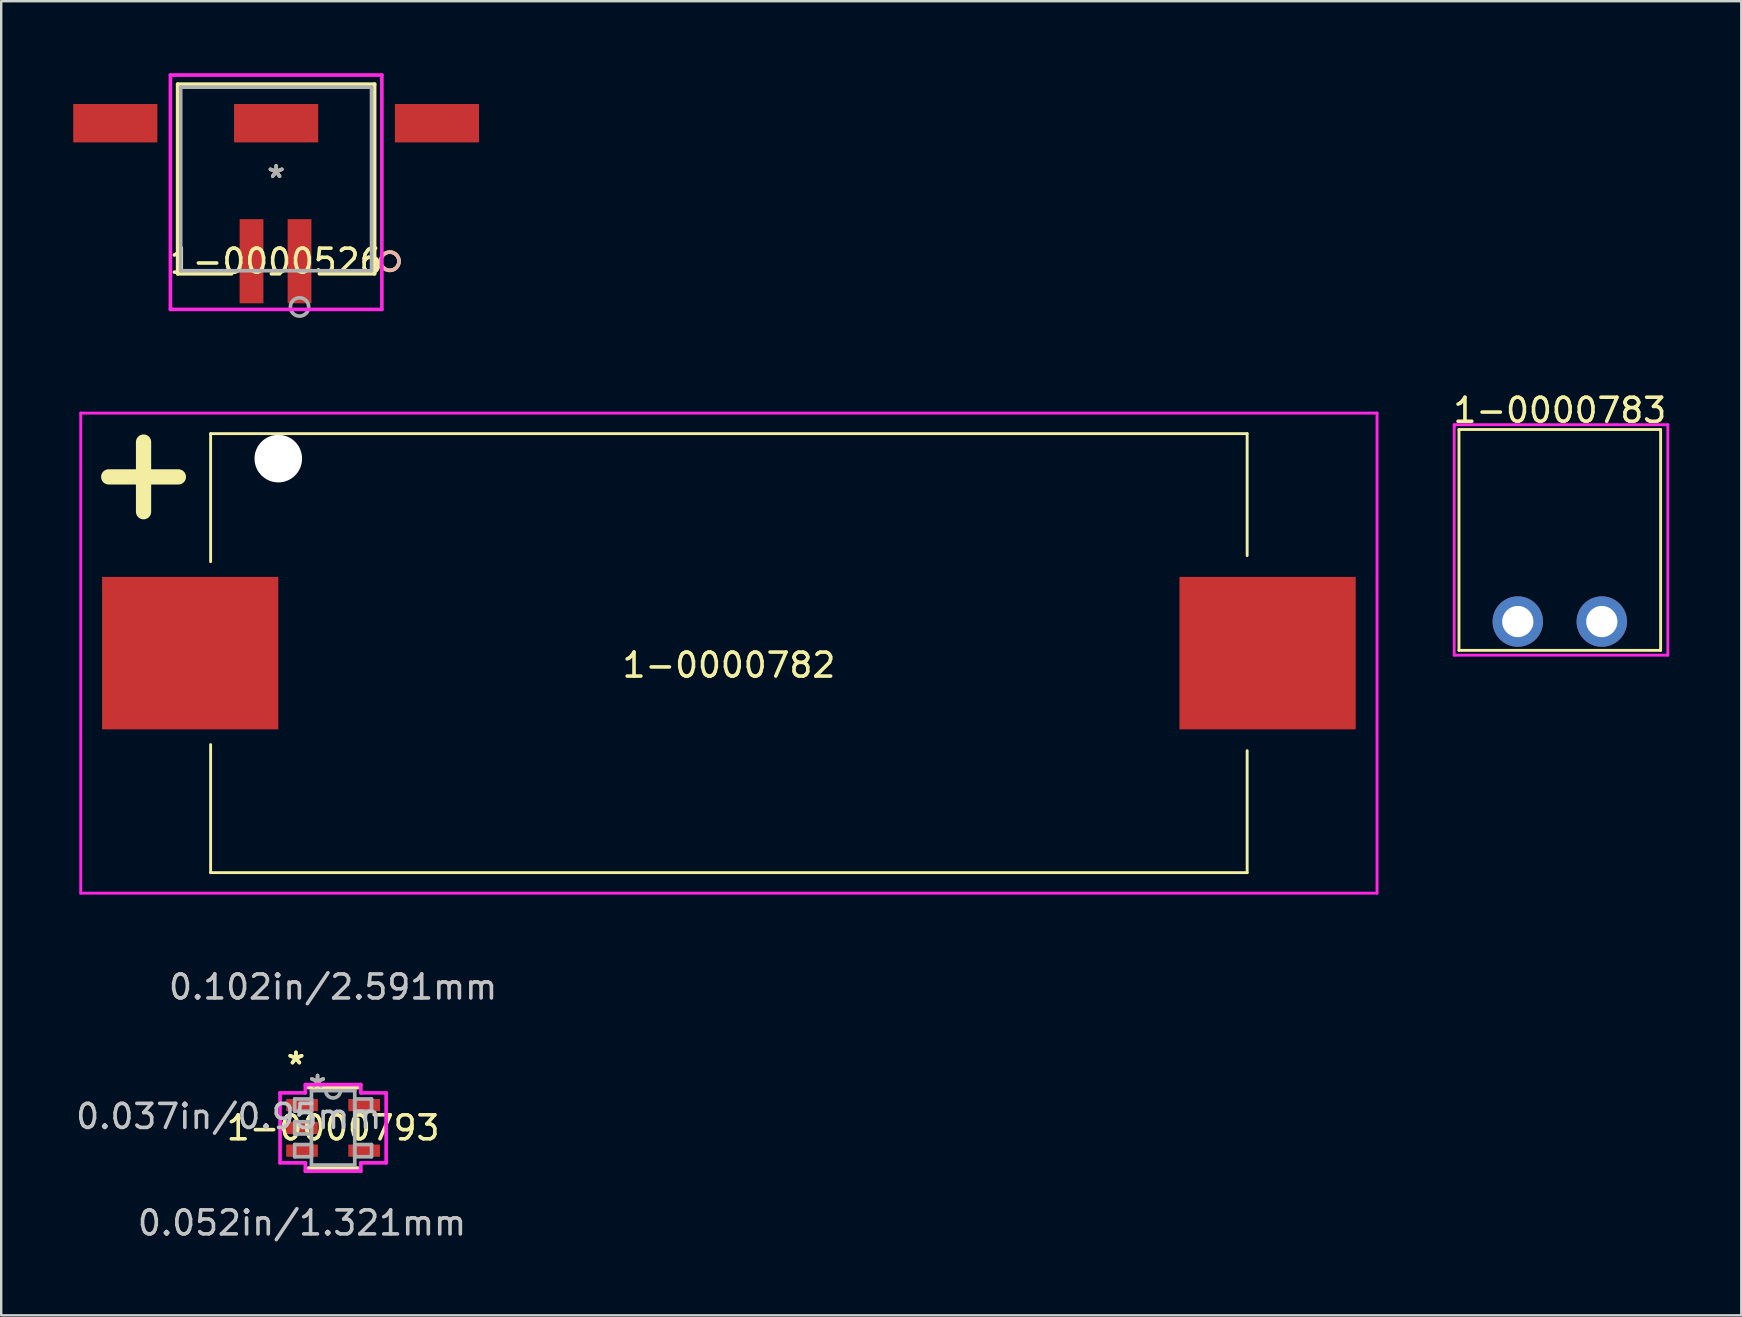
<source format=kicad_pcb>
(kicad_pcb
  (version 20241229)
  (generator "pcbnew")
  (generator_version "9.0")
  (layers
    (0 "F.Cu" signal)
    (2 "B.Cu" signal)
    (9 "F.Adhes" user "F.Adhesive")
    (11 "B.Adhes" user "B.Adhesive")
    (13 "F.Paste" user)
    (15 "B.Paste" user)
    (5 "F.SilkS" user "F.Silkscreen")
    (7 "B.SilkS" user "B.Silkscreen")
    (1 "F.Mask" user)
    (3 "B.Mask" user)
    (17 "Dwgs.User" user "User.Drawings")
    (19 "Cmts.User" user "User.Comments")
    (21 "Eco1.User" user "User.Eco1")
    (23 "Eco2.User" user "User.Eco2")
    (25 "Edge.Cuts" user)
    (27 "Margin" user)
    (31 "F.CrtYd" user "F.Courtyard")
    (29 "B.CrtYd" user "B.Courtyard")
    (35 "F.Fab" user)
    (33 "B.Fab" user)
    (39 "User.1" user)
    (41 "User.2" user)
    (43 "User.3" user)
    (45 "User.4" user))
  (footprint "1-0000526"
    (layer "F.Cu")
    (at 8.453 4.405)
    (property "Reference" "1-0000526" (at 0 3.427 0) (layer "F.SilkS") (effects (font (size 1 1) (thickness 0.15))))
    (attr through_hole)
    (fp_line (start -4.102 -3.95) (end -4.102 3.95) (stroke (width 0.152) (type solid)) (layer "F.SilkS"))
    (fp_line (start -4.102 3.95) (end -1.853 3.95) (stroke (width 0.152) (type solid)) (layer "F.SilkS"))
    (fp_line (start -0.197 3.95) (end 0.147 3.95) (stroke (width 0.152) (type solid)) (layer "F.SilkS"))
    (fp_line (start 1.803 3.95) (end 4.102 3.95) (stroke (width 0.152) (type solid)) (layer "F.SilkS"))
    (fp_line (start 4.102 -3.95) (end -4.102 -3.95) (stroke (width 0.152) (type solid)) (layer "F.SilkS"))
    (fp_line (start 4.102 3.95) (end 4.102 -3.95) (stroke (width 0.152) (type solid)) (layer "F.SilkS"))
    (fp_circle (center 4.737 3.427) (end 5.118 3.427) (stroke (width 0.152) (type solid)) (fill no) (layer "F.SilkS"))
    (fp_circle (center 4.737 3.427) (end 5.118 3.427) (stroke (width 0.152) (type solid)) (fill no) (layer "B.SilkS"))
    (fp_line (start -4.404 -4.329) (end -4.404 5.434) (stroke (width 0.152) (type solid)) (layer "F.CrtYd"))
    (fp_line (start -4.404 5.434) (end 4.404 5.434) (stroke (width 0.152) (type solid)) (layer "F.CrtYd"))
    (fp_line (start 4.404 -4.329) (end -4.404 -4.329) (stroke (width 0.152) (type solid)) (layer "F.CrtYd"))
    (fp_line (start 4.404 5.434) (end 4.404 -4.329) (stroke (width 0.152) (type solid)) (layer "F.CrtYd"))
    (fp_line (start -3.975 -3.823) (end -3.975 3.823) (stroke (width 0.152) (type solid)) (layer "F.Fab"))
    (fp_line (start -3.975 3.823) (end 3.975 3.823) (stroke (width 0.152) (type solid)) (layer "F.Fab"))
    (fp_line (start 3.975 -3.823) (end -3.975 -3.823) (stroke (width 0.152) (type solid)) (layer "F.Fab"))
    (fp_line (start 3.975 3.823) (end 3.975 -3.823) (stroke (width 0.152) (type solid)) (layer "F.Fab"))
    (fp_circle (center 0.975 5.332) (end 1.356 5.332) (stroke (width 0.152) (type solid)) (fill no) (layer "F.Fab"))
    (fp_text user "*" (at 0 0 0) (layer "F.SilkS") (effects (font (size 1 1) (thickness 0.15))))
    (fp_text user "Copyright 2016 Accelerated Designs. All rights reserved." (at 0 0 0) (layer "Cmts.User") (effects (font (size 0.127 0.127) (thickness 0.002))))
    (fp_text user "*" (at 0 0 0) (layer "F.Fab") (effects (font (size 1 1) (thickness 0.15))))
    (pad "1" smd rect (at 0.975 3.427) (size 0.991 3.505) (layers "F.Cu" "F.Mask" "F.Paste"))
    (pad "2" smd rect (at -1.025 3.427) (size 0.991 3.505) (layers "F.Cu" "F.Mask" "F.Paste"))
    (pad "3" smd rect (at -6.7 -2.323 90) (size 1.6 3.505) (layers "F.Cu" "F.Mask" "F.Paste"))
    (pad "4" smd rect (at 0 -2.323 90) (size 1.6 3.505) (layers "F.Cu" "F.Mask" "F.Paste"))
    (pad "5" smd rect (at 6.7 -2.323 90) (size 1.6 3.505) (layers "F.Cu" "F.Mask" "F.Paste")))
  (footprint "1-0000782"
    (layer "F.Cu")
    (at 27.314 24.158)
    (property "Reference" "1-0000782" (at 0 0.5 0) (layer "F.SilkS") (effects (font (size 1 1) (thickness 0.15))))
    (attr through_hole)
    (fp_line (start -21.59 -3.81) (end -21.59 -9.144) (stroke (width 0.12) (type solid)) (layer "F.SilkS"))
    (fp_line (start -21.59 9.144) (end -21.59 3.81) (stroke (width 0.12) (type solid)) (layer "F.SilkS"))
    (fp_line (start 21.59 -9.144) (end -21.59 -9.144) (stroke (width 0.12) (type solid)) (layer "F.SilkS"))
    (fp_line (start 21.59 -9.144) (end 21.59 -4.064) (stroke (width 0.12) (type solid)) (layer "F.SilkS"))
    (fp_line (start 21.59 4.064) (end 21.59 9.144) (stroke (width 0.12) (type solid)) (layer "F.SilkS"))
    (fp_line (start 21.59 9.144) (end -21.59 9.144) (stroke (width 0.12) (type solid)) (layer "F.SilkS"))
    (fp_line (start -27 -10) (end 27 -10) (stroke (width 0.12) (type solid)) (layer "F.CrtYd"))
    (fp_line (start -27 10) (end -27 -10) (stroke (width 0.12) (type solid)) (layer "F.CrtYd"))
    (fp_line (start 27 -10) (end 27 10) (stroke (width 0.12) (type solid)) (layer "F.CrtYd"))
    (fp_line (start 27 10) (end -27 10) (stroke (width 0.12) (type solid)) (layer "F.CrtYd"))
    (fp_text user "+" (at -24.384 -7.62 0) (layer "F.SilkS") (effects (font (size 3.81 3.81) (thickness 0.635))))
    (pad "" np_thru_hole circle (at -18.771 -8.103) (size 1.981 1.981) (drill 1.981) (layers "*.Cu" "*.Mask"))
    (pad "1" smd rect (at -22.441 0) (size 7.341 6.35) (layers "F.Cu" "F.Mask" "F.Paste"))
    (pad "2" smd rect (at 22.441 0) (size 7.341 6.35) (layers "F.Cu" "F.Mask" "F.Paste")))
  (footprint "1-0000783"
    (layer "F.Cu")
    (at 61.928 22.843)
    (property "Reference" "1-0000783" (at 0 -8.8 0) (layer "F.SilkS") (effects (font (size 1 1) (thickness 0.15))))
    (attr through_hole)
    (fp_line (start -4.2 -8) (end -4.2 1.2) (stroke (width 0.12) (type solid)) (layer "F.SilkS"))
    (fp_line (start -4.2 1.2) (end 4.2 1.2) (stroke (width 0.12) (type solid)) (layer "F.SilkS"))
    (fp_line (start 4.2 -8) (end -4.2 -8) (stroke (width 0.12) (type solid)) (layer "F.SilkS"))
    (fp_line (start 4.2 1.2) (end 4.2 -8) (stroke (width 0.12) (type solid)) (layer "F.SilkS"))
    (fp_line (start -4.4 -8.2) (end 4.5 -8.2) (stroke (width 0.12) (type solid)) (layer "F.CrtYd"))
    (fp_line (start -4.4 -8.1) (end -4.4 -8.2) (stroke (width 0.12) (type solid)) (layer "F.CrtYd"))
    (fp_line (start -4.4 1.4) (end -4.4 -8.1) (stroke (width 0.12) (type solid)) (layer "F.CrtYd"))
    (fp_line (start 4.5 -8.2) (end 4.5 1.4) (stroke (width 0.12) (type solid)) (layer "F.CrtYd"))
    (fp_line (start 4.5 1.4) (end -4.4 1.4) (stroke (width 0.12) (type solid)) (layer "F.CrtYd"))
    (pad "1" thru_hole circle (at -1.75 0) (size 2.1 2.1) (drill 1.3) (layers "*.Cu" "*.Mask"))
    (pad "2" thru_hole circle (at 1.75 0) (size 2.1 2.1) (drill 1.3) (layers "*.Cu" "*.Mask")))
  (footprint "1-0000793"
    (layer "F.Cu")
    (at 10.826 43.934)
    (property "Reference" "1-0000793" (at 0 0 0) (layer "F.SilkS") (effects (font (size 1 1) (thickness 0.15))))
    (attr through_hole)
    (fp_line (start -1.029 1.676) (end 1.029 1.676) (stroke (width 0.152) (type solid)) (layer "F.SilkS"))
    (fp_line (start 1.029 -1.676) (end -1.029 -1.676) (stroke (width 0.152) (type solid)) (layer "F.SilkS"))
    (fp_line (start 1.029 0.363) (end 1.029 -0.363) (stroke (width 0.152) (type solid)) (layer "F.SilkS"))
    (fp_line (start -2.21 -1.458) (end -1.156 -1.458) (stroke (width 0.152) (type solid)) (layer "F.CrtYd"))
    (fp_line (start -2.21 1.458) (end -2.21 -1.458) (stroke (width 0.152) (type solid)) (layer "F.CrtYd"))
    (fp_line (start -1.156 -1.803) (end 1.156 -1.803) (stroke (width 0.152) (type solid)) (layer "F.CrtYd"))
    (fp_line (start -1.156 -1.458) (end -1.156 -1.803) (stroke (width 0.152) (type solid)) (layer "F.CrtYd"))
    (fp_line (start -1.156 1.458) (end -2.21 1.458) (stroke (width 0.152) (type solid)) (layer "F.CrtYd"))
    (fp_line (start -1.156 1.803) (end -1.156 1.458) (stroke (width 0.152) (type solid)) (layer "F.CrtYd"))
    (fp_line (start 1.156 -1.803) (end 1.156 -1.458) (stroke (width 0.152) (type solid)) (layer "F.CrtYd"))
    (fp_line (start 1.156 -1.458) (end 2.21 -1.458) (stroke (width 0.152) (type solid)) (layer "F.CrtYd"))
    (fp_line (start 1.156 1.458) (end 1.156 1.803) (stroke (width 0.152) (type solid)) (layer "F.CrtYd"))
    (fp_line (start 1.156 1.803) (end -1.156 1.803) (stroke (width 0.152) (type solid)) (layer "F.CrtYd"))
    (fp_line (start 2.21 -1.458) (end 2.21 1.458) (stroke (width 0.152) (type solid)) (layer "F.CrtYd"))
    (fp_line (start 2.21 1.458) (end 1.156 1.458) (stroke (width 0.152) (type solid)) (layer "F.CrtYd"))
    (fp_line (start -1.6 -1.204) (end -1.6 -0.696) (stroke (width 0.152) (type solid)) (layer "F.Fab"))
    (fp_line (start -1.6 -0.696) (end -0.902 -0.696) (stroke (width 0.152) (type solid)) (layer "F.Fab"))
    (fp_line (start -1.6 -0.254) (end -1.6 0.254) (stroke (width 0.152) (type solid)) (layer "F.Fab"))
    (fp_line (start -1.6 0.254) (end -0.902 0.254) (stroke (width 0.152) (type solid)) (layer "F.Fab"))
    (fp_line (start -1.6 0.696) (end -1.6 1.204) (stroke (width 0.152) (type solid)) (layer "F.Fab"))
    (fp_line (start -1.6 1.204) (end -0.902 1.204) (stroke (width 0.152) (type solid)) (layer "F.Fab"))
    (fp_line (start -0.902 -1.549) (end -0.902 1.549) (stroke (width 0.152) (type solid)) (layer "F.Fab"))
    (fp_line (start -0.902 -1.204) (end -1.6 -1.204) (stroke (width 0.152) (type solid)) (layer "F.Fab"))
    (fp_line (start -0.902 -0.696) (end -0.902 -1.204) (stroke (width 0.152) (type solid)) (layer "F.Fab"))
    (fp_line (start -0.902 -0.254) (end -1.6 -0.254) (stroke (width 0.152) (type solid)) (layer "F.Fab"))
    (fp_line (start -0.902 0.254) (end -0.902 -0.254) (stroke (width 0.152) (type solid)) (layer "F.Fab"))
    (fp_line (start -0.902 0.696) (end -1.6 0.696) (stroke (width 0.152) (type solid)) (layer "F.Fab"))
    (fp_line (start -0.902 1.204) (end -0.902 0.696) (stroke (width 0.152) (type solid)) (layer "F.Fab"))
    (fp_line (start -0.902 1.549) (end 0.902 1.549) (stroke (width 0.152) (type solid)) (layer "F.Fab"))
    (fp_line (start 0.902 -1.549) (end -0.902 -1.549) (stroke (width 0.152) (type solid)) (layer "F.Fab"))
    (fp_line (start 0.902 -1.204) (end 0.902 -0.696) (stroke (width 0.152) (type solid)) (layer "F.Fab"))
    (fp_line (start 0.902 -0.696) (end 1.6 -0.696) (stroke (width 0.152) (type solid)) (layer "F.Fab"))
    (fp_line (start 0.902 0.696) (end 0.902 1.204) (stroke (width 0.152) (type solid)) (layer "F.Fab"))
    (fp_line (start 0.902 1.204) (end 1.6 1.204) (stroke (width 0.152) (type solid)) (layer "F.Fab"))
    (fp_line (start 0.902 1.549) (end 0.902 -1.549) (stroke (width 0.152) (type solid)) (layer "F.Fab"))
    (fp_line (start 1.6 -1.204) (end 0.902 -1.204) (stroke (width 0.152) (type solid)) (layer "F.Fab"))
    (fp_line (start 1.6 -0.696) (end 1.6 -1.204) (stroke (width 0.152) (type solid)) (layer "F.Fab"))
    (fp_line (start 1.6 0.696) (end 0.902 0.696) (stroke (width 0.152) (type solid)) (layer "F.Fab"))
    (fp_line (start 1.6 1.204) (end 1.6 0.696) (stroke (width 0.152) (type solid)) (layer "F.Fab"))
    (fp_arc (start 0.3048 -1.5494) (mid 0 -1.2446) (end -0.3048 -1.5494) (stroke (width 0.1524) (type solid)) (layer "F.Fab"))
    (fp_text user "*" (at -1.549 -2.601 0) (layer "F.SilkS") (effects (font (size 1 1) (thickness 0.15))))
    (fp_text user "*" (at -1.549 -2.601 0) (layer "F.SilkS") (effects (font (size 1 1) (thickness 0.15))))
    (fp_text user "0.102in/2.591mm" (at 0 -5.867 0) (layer "Dwgs.User") (effects (font (size 1 1) (thickness 0.15))))
    (fp_text user "0.037in/0.95mm" (at -4.343 -0.475 0) (layer "Dwgs.User") (effects (font (size 1 1) (thickness 0.15))))
    (fp_text user "0.052in/1.321mm" (at -1.295 3.962 0) (layer "Dwgs.User") (effects (font (size 1 1) (thickness 0.15))))
    (fp_text user "Copyright 2016 Accelerated Designs. All rights reserved." (at 0 0 0) (layer "Cmts.User") (effects (font (size 0.127 0.127) (thickness 0.002))))
    (fp_text user "*" (at -0.648 -1.636 0) (layer "F.Fab") (effects (font (size 1 1) (thickness 0.15))))
    (fp_text user "*" (at -0.648 -1.636 0) (layer "F.Fab") (effects (font (size 1 1) (thickness 0.15))))
    (pad "1" smd rect (at -1.295 -0.95) (size 1.321 0.508) (layers "F.Cu" "F.Mask" "F.Paste"))
    (pad "2" smd rect (at -1.295 0) (size 1.321 0.508) (layers "F.Cu" "F.Mask" "F.Paste"))
    (pad "3" smd rect (at -1.295 0.95) (size 1.321 0.508) (layers "F.Cu" "F.Mask" "F.Paste"))
    (pad "4" smd rect (at 1.295 0.95) (size 1.321 0.508) (layers "F.Cu" "F.Mask" "F.Paste"))
    (pad "5" smd rect (at 1.295 -0.95) (size 1.321 0.508) (layers "F.Cu" "F.Mask" "F.Paste")))
  (gr_rect
    (start -3 -3)
    (end 69.488 51.745)
    (stroke (width 0.1) (type default))
    (fill no)
    (layer "Edge.Cuts")))
</source>
